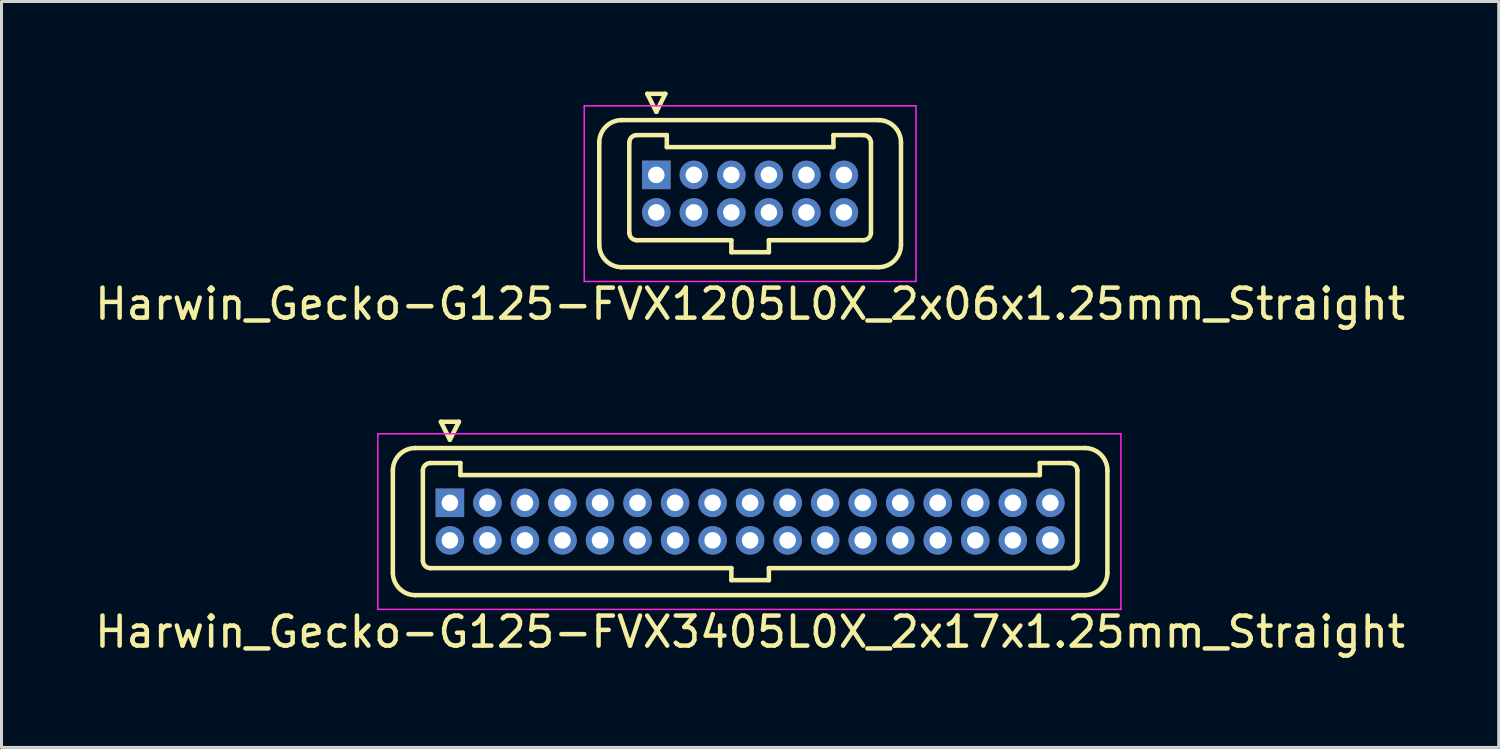
<source format=kicad_pcb>
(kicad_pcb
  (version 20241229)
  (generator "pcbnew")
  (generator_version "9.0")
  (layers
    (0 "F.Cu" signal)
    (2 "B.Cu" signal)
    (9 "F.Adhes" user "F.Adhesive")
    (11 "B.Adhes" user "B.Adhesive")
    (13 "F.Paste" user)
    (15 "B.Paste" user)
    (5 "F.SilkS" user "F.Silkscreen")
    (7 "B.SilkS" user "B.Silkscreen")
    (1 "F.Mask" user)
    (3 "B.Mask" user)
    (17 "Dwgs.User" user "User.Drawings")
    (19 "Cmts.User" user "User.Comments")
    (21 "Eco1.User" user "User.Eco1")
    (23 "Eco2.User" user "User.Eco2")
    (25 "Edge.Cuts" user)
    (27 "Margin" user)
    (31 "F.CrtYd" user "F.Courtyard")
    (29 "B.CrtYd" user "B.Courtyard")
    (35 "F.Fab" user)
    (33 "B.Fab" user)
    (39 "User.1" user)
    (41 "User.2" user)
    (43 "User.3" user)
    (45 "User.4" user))
  (footprint "Harwin_Gecko-G125-FVX1205L0X_2x06x1.25mm_Straight"
    (layer "F.Cu")
    (at 18.81 2.775)
    (property "Reference" "Harwin_Gecko-G125-FVX1205L0X_2x06x1.25mm_Straight" (at 3.125 4.3 0) (layer "F.SilkS") (effects (font (size 1 1) (thickness 0.15))))
    (attr through_hole)
    (fp_line (start -1.9 -1.075) (end -1.9 2.325) (stroke (width 0.15) (type solid)) (layer "F.SilkS"))
    (fp_line (start -1.15 -1.825) (end 7.4 -1.825) (stroke (width 0.15) (type solid)) (layer "F.SilkS"))
    (fp_line (start -1.15 3.075) (end 7.4 3.075) (stroke (width 0.15) (type solid)) (layer "F.SilkS"))
    (fp_line (start -0.9 -1.075) (end -0.9 1.925) (stroke (width 0.15) (type solid)) (layer "F.SilkS"))
    (fp_line (start -0.65 -1.325) (end 0.35 -1.325) (stroke (width 0.15) (type solid)) (layer "F.SilkS"))
    (fp_line (start -0.65 2.175) (end 2.5 2.175) (stroke (width 0.15) (type solid)) (layer "F.SilkS"))
    (fp_line (start -0.3 -2.7) (end 0.3 -2.7) (stroke (width 0.15) (type solid)) (layer "F.SilkS"))
    (fp_line (start 0 -2.1) (end -0.3 -2.7) (stroke (width 0.15) (type solid)) (layer "F.SilkS"))
    (fp_line (start 0.3 -2.7) (end 0 -2.1) (stroke (width 0.15) (type solid)) (layer "F.SilkS"))
    (fp_line (start 0.35 -1.325) (end 0.35 -0.925) (stroke (width 0.15) (type solid)) (layer "F.SilkS"))
    (fp_line (start 0.35 -0.925) (end 5.9 -0.925) (stroke (width 0.15) (type solid)) (layer "F.SilkS"))
    (fp_line (start 2.5 2.175) (end 2.5 2.575) (stroke (width 0.15) (type solid)) (layer "F.SilkS"))
    (fp_line (start 2.5 2.575) (end 3.75 2.575) (stroke (width 0.15) (type solid)) (layer "F.SilkS"))
    (fp_line (start 3.75 2.175) (end 6.9 2.175) (stroke (width 0.15) (type solid)) (layer "F.SilkS"))
    (fp_line (start 3.75 2.575) (end 3.75 2.175) (stroke (width 0.15) (type solid)) (layer "F.SilkS"))
    (fp_line (start 5.9 -1.325) (end 6.9 -1.325) (stroke (width 0.15) (type solid)) (layer "F.SilkS"))
    (fp_line (start 5.9 -0.925) (end 5.9 -1.325) (stroke (width 0.15) (type solid)) (layer "F.SilkS"))
    (fp_line (start 7.15 -1.075) (end 7.15 1.925) (stroke (width 0.15) (type solid)) (layer "F.SilkS"))
    (fp_line (start 8.15 -1.075) (end 8.15 2.325) (stroke (width 0.15) (type solid)) (layer "F.SilkS"))
    (fp_arc (start -1.9 -1.075) (mid -1.68033 -1.60533) (end -1.15 -1.825) (stroke (width 0.15) (type solid)) (layer "F.SilkS"))
    (fp_arc (start -1.15 3.075) (mid -1.68033 2.85533) (end -1.9 2.325) (stroke (width 0.15) (type solid)) (layer "F.SilkS"))
    (fp_arc (start -0.9 -1.075) (mid -0.826777 -1.251777) (end -0.65 -1.325) (stroke (width 0.15) (type solid)) (layer "F.SilkS"))
    (fp_arc (start -0.65 2.175) (mid -0.826777 2.101777) (end -0.9 1.925) (stroke (width 0.15) (type solid)) (layer "F.SilkS"))
    (fp_arc (start 6.9 -1.325) (mid 7.076777 -1.251777) (end 7.15 -1.075) (stroke (width 0.15) (type solid)) (layer "F.SilkS"))
    (fp_arc (start 7.15 1.925) (mid 7.076777 2.101777) (end 6.9 2.175) (stroke (width 0.15) (type solid)) (layer "F.SilkS"))
    (fp_arc (start 7.4 -1.825) (mid 7.93033 -1.60533) (end 8.15 -1.075) (stroke (width 0.15) (type solid)) (layer "F.SilkS"))
    (fp_arc (start 8.15 2.325) (mid 7.93033 2.85533) (end 7.4 3.075) (stroke (width 0.15) (type solid)) (layer "F.SilkS"))
    (fp_line (start -2.4 -2.3) (end -2.4 3.55) (stroke (width 0.05) (type solid)) (layer "F.CrtYd"))
    (fp_line (start -2.4 3.55) (end 8.65 3.55) (stroke (width 0.05) (type solid)) (layer "F.CrtYd"))
    (fp_line (start 8.65 -2.3) (end -2.4 -2.3) (stroke (width 0.05) (type solid)) (layer "F.CrtYd"))
    (fp_line (start 8.65 3.55) (end 8.65 -2.3) (stroke (width 0.05) (type solid)) (layer "F.CrtYd"))
    (pad "1" thru_hole rect (at 0 0) (size 0.95 0.95) (drill 0.55) (layers "*.Cu" "*.Mask"))
    (pad "2" thru_hole circle (at 0 1.25) (size 0.95 0.95) (drill 0.55) (layers "*.Cu" "*.Mask"))
    (pad "3" thru_hole circle (at 1.25 0) (size 0.95 0.95) (drill 0.55) (layers "*.Cu" "*.Mask"))
    (pad "4" thru_hole circle (at 1.25 1.25) (size 0.95 0.95) (drill 0.55) (layers "*.Cu" "*.Mask"))
    (pad "5" thru_hole circle (at 2.5 0) (size 0.95 0.95) (drill 0.55) (layers "*.Cu" "*.Mask"))
    (pad "6" thru_hole circle (at 2.5 1.25) (size 0.95 0.95) (drill 0.55) (layers "*.Cu" "*.Mask"))
    (pad "7" thru_hole circle (at 3.75 0) (size 0.95 0.95) (drill 0.55) (layers "*.Cu" "*.Mask"))
    (pad "8" thru_hole circle (at 3.75 1.25) (size 0.95 0.95) (drill 0.55) (layers "*.Cu" "*.Mask"))
    (pad "9" thru_hole circle (at 5 0) (size 0.95 0.95) (drill 0.55) (layers "*.Cu" "*.Mask"))
    (pad "10" thru_hole circle (at 5 1.25) (size 0.95 0.95) (drill 0.55) (layers "*.Cu" "*.Mask"))
    (pad "11" thru_hole circle (at 6.25 0) (size 0.95 0.95) (drill 0.55) (layers "*.Cu" "*.Mask"))
    (pad "12" thru_hole circle (at 6.25 1.25) (size 0.95 0.95) (drill 0.55) (layers "*.Cu" "*.Mask")))
  (footprint "Harwin_Gecko-G125-FVX3405L0X_2x17x1.25mm_Straight"
    (layer "F.Cu")
    (at 11.935 13.698)
    (property "Reference" "Harwin_Gecko-G125-FVX3405L0X_2x17x1.25mm_Straight" (at 10 4.3 0) (layer "F.SilkS") (effects (font (size 1 1) (thickness 0.15))))
    (attr through_hole)
    (fp_line (start -1.9 -1.075) (end -1.9 2.325) (stroke (width 0.15) (type solid)) (layer "F.SilkS"))
    (fp_line (start -1.15 -1.825) (end 21.15 -1.825) (stroke (width 0.15) (type solid)) (layer "F.SilkS"))
    (fp_line (start -1.15 3.075) (end 21.15 3.075) (stroke (width 0.15) (type solid)) (layer "F.SilkS"))
    (fp_line (start -0.9 -1.075) (end -0.9 1.925) (stroke (width 0.15) (type solid)) (layer "F.SilkS"))
    (fp_line (start -0.65 -1.325) (end 0.35 -1.325) (stroke (width 0.15) (type solid)) (layer "F.SilkS"))
    (fp_line (start -0.65 2.175) (end 9.375 2.175) (stroke (width 0.15) (type solid)) (layer "F.SilkS"))
    (fp_line (start -0.3 -2.7) (end 0.3 -2.7) (stroke (width 0.15) (type solid)) (layer "F.SilkS"))
    (fp_line (start 0 -2.1) (end -0.3 -2.7) (stroke (width 0.15) (type solid)) (layer "F.SilkS"))
    (fp_line (start 0.3 -2.7) (end 0 -2.1) (stroke (width 0.15) (type solid)) (layer "F.SilkS"))
    (fp_line (start 0.35 -1.325) (end 0.35 -0.925) (stroke (width 0.15) (type solid)) (layer "F.SilkS"))
    (fp_line (start 0.35 -0.925) (end 19.65 -0.925) (stroke (width 0.15) (type solid)) (layer "F.SilkS"))
    (fp_line (start 9.375 2.175) (end 9.375 2.575) (stroke (width 0.15) (type solid)) (layer "F.SilkS"))
    (fp_line (start 9.375 2.575) (end 10.625 2.575) (stroke (width 0.15) (type solid)) (layer "F.SilkS"))
    (fp_line (start 10.625 2.175) (end 20.65 2.175) (stroke (width 0.15) (type solid)) (layer "F.SilkS"))
    (fp_line (start 10.625 2.575) (end 10.625 2.175) (stroke (width 0.15) (type solid)) (layer "F.SilkS"))
    (fp_line (start 19.65 -1.325) (end 20.65 -1.325) (stroke (width 0.15) (type solid)) (layer "F.SilkS"))
    (fp_line (start 19.65 -0.925) (end 19.65 -1.325) (stroke (width 0.15) (type solid)) (layer "F.SilkS"))
    (fp_line (start 20.9 -1.075) (end 20.9 1.925) (stroke (width 0.15) (type solid)) (layer "F.SilkS"))
    (fp_line (start 21.9 -1.075) (end 21.9 2.325) (stroke (width 0.15) (type solid)) (layer "F.SilkS"))
    (fp_arc (start -1.9 -1.075) (mid -1.68033 -1.60533) (end -1.15 -1.825) (stroke (width 0.15) (type solid)) (layer "F.SilkS"))
    (fp_arc (start -1.15 3.075) (mid -1.68033 2.85533) (end -1.9 2.325) (stroke (width 0.15) (type solid)) (layer "F.SilkS"))
    (fp_arc (start -0.9 -1.075) (mid -0.826777 -1.251777) (end -0.65 -1.325) (stroke (width 0.15) (type solid)) (layer "F.SilkS"))
    (fp_arc (start -0.65 2.175) (mid -0.826777 2.101777) (end -0.9 1.925) (stroke (width 0.15) (type solid)) (layer "F.SilkS"))
    (fp_arc (start 20.65 -1.325) (mid 20.826777 -1.251777) (end 20.9 -1.075) (stroke (width 0.15) (type solid)) (layer "F.SilkS"))
    (fp_arc (start 20.9 1.925) (mid 20.826777 2.101777) (end 20.65 2.175) (stroke (width 0.15) (type solid)) (layer "F.SilkS"))
    (fp_arc (start 21.15 -1.825) (mid 21.68033 -1.60533) (end 21.9 -1.075) (stroke (width 0.15) (type solid)) (layer "F.SilkS"))
    (fp_arc (start 21.9 2.325) (mid 21.68033 2.85533) (end 21.15 3.075) (stroke (width 0.15) (type solid)) (layer "F.SilkS"))
    (fp_line (start -2.4 -2.3) (end -2.4 3.55) (stroke (width 0.05) (type solid)) (layer "F.CrtYd"))
    (fp_line (start -2.4 3.55) (end 22.35 3.55) (stroke (width 0.05) (type solid)) (layer "F.CrtYd"))
    (fp_line (start 22.35 -2.3) (end -2.4 -2.3) (stroke (width 0.05) (type solid)) (layer "F.CrtYd"))
    (fp_line (start 22.35 3.55) (end 22.35 -2.3) (stroke (width 0.05) (type solid)) (layer "F.CrtYd"))
    (pad "1" thru_hole rect (at 0 0) (size 0.95 0.95) (drill 0.55) (layers "*.Cu" "*.Mask"))
    (pad "2" thru_hole circle (at 0 1.25) (size 0.95 0.95) (drill 0.55) (layers "*.Cu" "*.Mask"))
    (pad "3" thru_hole circle (at 1.25 0) (size 0.95 0.95) (drill 0.55) (layers "*.Cu" "*.Mask"))
    (pad "4" thru_hole circle (at 1.25 1.25) (size 0.95 0.95) (drill 0.55) (layers "*.Cu" "*.Mask"))
    (pad "5" thru_hole circle (at 2.5 0) (size 0.95 0.95) (drill 0.55) (layers "*.Cu" "*.Mask"))
    (pad "6" thru_hole circle (at 2.5 1.25) (size 0.95 0.95) (drill 0.55) (layers "*.Cu" "*.Mask"))
    (pad "7" thru_hole circle (at 3.75 0) (size 0.95 0.95) (drill 0.55) (layers "*.Cu" "*.Mask"))
    (pad "8" thru_hole circle (at 3.75 1.25) (size 0.95 0.95) (drill 0.55) (layers "*.Cu" "*.Mask"))
    (pad "9" thru_hole circle (at 5 0) (size 0.95 0.95) (drill 0.55) (layers "*.Cu" "*.Mask"))
    (pad "10" thru_hole circle (at 5 1.25) (size 0.95 0.95) (drill 0.55) (layers "*.Cu" "*.Mask"))
    (pad "11" thru_hole circle (at 6.25 0) (size 0.95 0.95) (drill 0.55) (layers "*.Cu" "*.Mask"))
    (pad "12" thru_hole circle (at 6.25 1.25) (size 0.95 0.95) (drill 0.55) (layers "*.Cu" "*.Mask"))
    (pad "13" thru_hole circle (at 7.5 0) (size 0.95 0.95) (drill 0.55) (layers "*.Cu" "*.Mask"))
    (pad "14" thru_hole circle (at 7.5 1.25) (size 0.95 0.95) (drill 0.55) (layers "*.Cu" "*.Mask"))
    (pad "15" thru_hole circle (at 8.75 0) (size 0.95 0.95) (drill 0.55) (layers "*.Cu" "*.Mask"))
    (pad "16" thru_hole circle (at 8.75 1.25) (size 0.95 0.95) (drill 0.55) (layers "*.Cu" "*.Mask"))
    (pad "17" thru_hole circle (at 10 0) (size 0.95 0.95) (drill 0.55) (layers "*.Cu" "*.Mask"))
    (pad "18" thru_hole circle (at 10 1.25) (size 0.95 0.95) (drill 0.55) (layers "*.Cu" "*.Mask"))
    (pad "19" thru_hole circle (at 11.25 0) (size 0.95 0.95) (drill 0.55) (layers "*.Cu" "*.Mask"))
    (pad "20" thru_hole circle (at 11.25 1.25) (size 0.95 0.95) (drill 0.55) (layers "*.Cu" "*.Mask"))
    (pad "21" thru_hole circle (at 12.5 0) (size 0.95 0.95) (drill 0.55) (layers "*.Cu" "*.Mask"))
    (pad "22" thru_hole circle (at 12.5 1.25) (size 0.95 0.95) (drill 0.55) (layers "*.Cu" "*.Mask"))
    (pad "23" thru_hole circle (at 13.75 0) (size 0.95 0.95) (drill 0.55) (layers "*.Cu" "*.Mask"))
    (pad "24" thru_hole circle (at 13.75 1.25) (size 0.95 0.95) (drill 0.55) (layers "*.Cu" "*.Mask"))
    (pad "25" thru_hole circle (at 15 0) (size 0.95 0.95) (drill 0.55) (layers "*.Cu" "*.Mask"))
    (pad "26" thru_hole circle (at 15 1.25) (size 0.95 0.95) (drill 0.55) (layers "*.Cu" "*.Mask"))
    (pad "27" thru_hole circle (at 16.25 0) (size 0.95 0.95) (drill 0.55) (layers "*.Cu" "*.Mask"))
    (pad "28" thru_hole circle (at 16.25 1.25) (size 0.95 0.95) (drill 0.55) (layers "*.Cu" "*.Mask"))
    (pad "29" thru_hole circle (at 17.5 0) (size 0.95 0.95) (drill 0.55) (layers "*.Cu" "*.Mask"))
    (pad "30" thru_hole circle (at 17.5 1.25) (size 0.95 0.95) (drill 0.55) (layers "*.Cu" "*.Mask"))
    (pad "31" thru_hole circle (at 18.75 0) (size 0.95 0.95) (drill 0.55) (layers "*.Cu" "*.Mask"))
    (pad "32" thru_hole circle (at 18.75 1.25) (size 0.95 0.95) (drill 0.55) (layers "*.Cu" "*.Mask"))
    (pad "33" thru_hole circle (at 20 0) (size 0.95 0.95) (drill 0.55) (layers "*.Cu" "*.Mask"))
    (pad "34" thru_hole circle (at 20 1.25) (size 0.95 0.95) (drill 0.55) (layers "*.Cu" "*.Mask")))
  (gr_rect
    (start -3 -3)
    (end 46.869 21.846)
    (stroke (width 0.1) (type default))
    (fill no)
    (layer "Edge.Cuts")))
</source>
